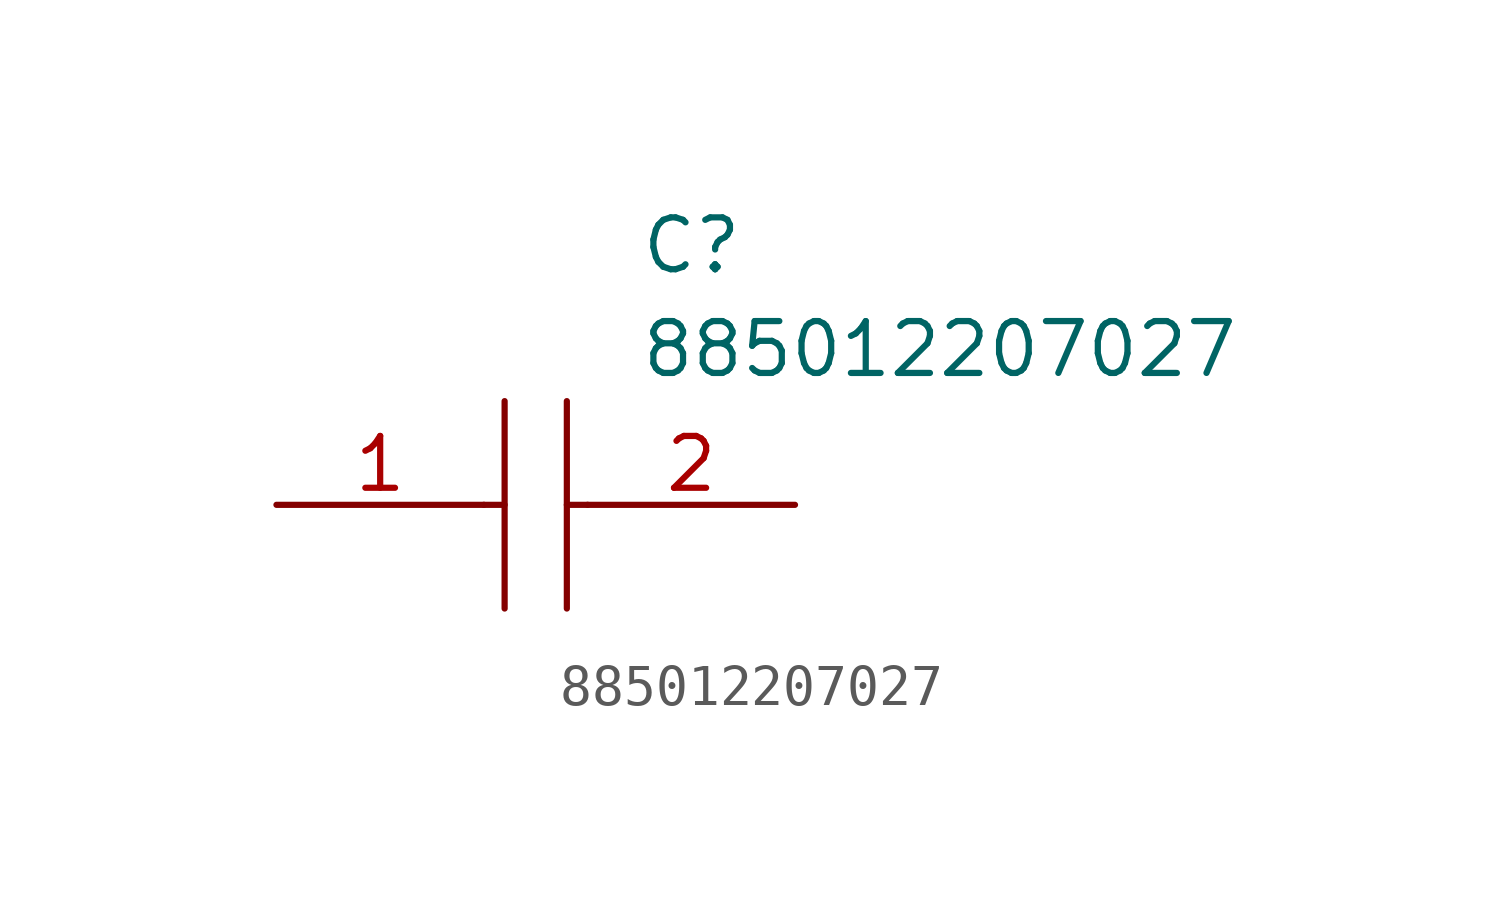
<source format=kicad_sym>
(kicad_symbol_lib
  (version 20211014)
  (generator kicad_symbol_editor)
  (symbol "885012207027"
    (pin_names
      (offset 0.762))
    (property "Reference" "C"
      (at 8.89 6.35 0)
      (effects (font (size 1.27 1.27)) (justify left)))
    (property "Value" "885012207027"
      (at 8.89 3.81 0)
      (effects (font (size 1.27 1.27)) (justify left)))
    (symbol "885012207027_0_0"
      (pin passive line (at 0 0 0) (length 5.08) (name "~" (effects (font (size 1.27 1.27)))) (number "1" (effects (font (size 1.27 1.27)))))
      (pin passive line (at 12.7 0 180) (length 5.08) (name "~" (effects (font (size 1.27 1.27)))) (number "2" (effects (font (size 1.27 1.27))))))
    (symbol "885012207027_0_1"
      (polyline (pts (xy 5.08 0) (xy 5.588 0)) (stroke (width 0.152) (type default) (color 0 0 0 0)) (fill (type background)))
      (polyline (pts (xy 5.588 2.54) (xy 5.588 -2.54)) (stroke (width 0.152) (type default) (color 0 0 0 0)) (fill (type background)))
      (polyline (pts (xy 7.112 0) (xy 7.62 0)) (stroke (width 0.152) (type default) (color 0 0 0 0)) (fill (type background)))
      (polyline (pts (xy 7.112 2.54) (xy 7.112 -2.54)) (stroke (width 0.152) (type default) (color 0 0 0 0)) (fill (type background))))))
</source>
